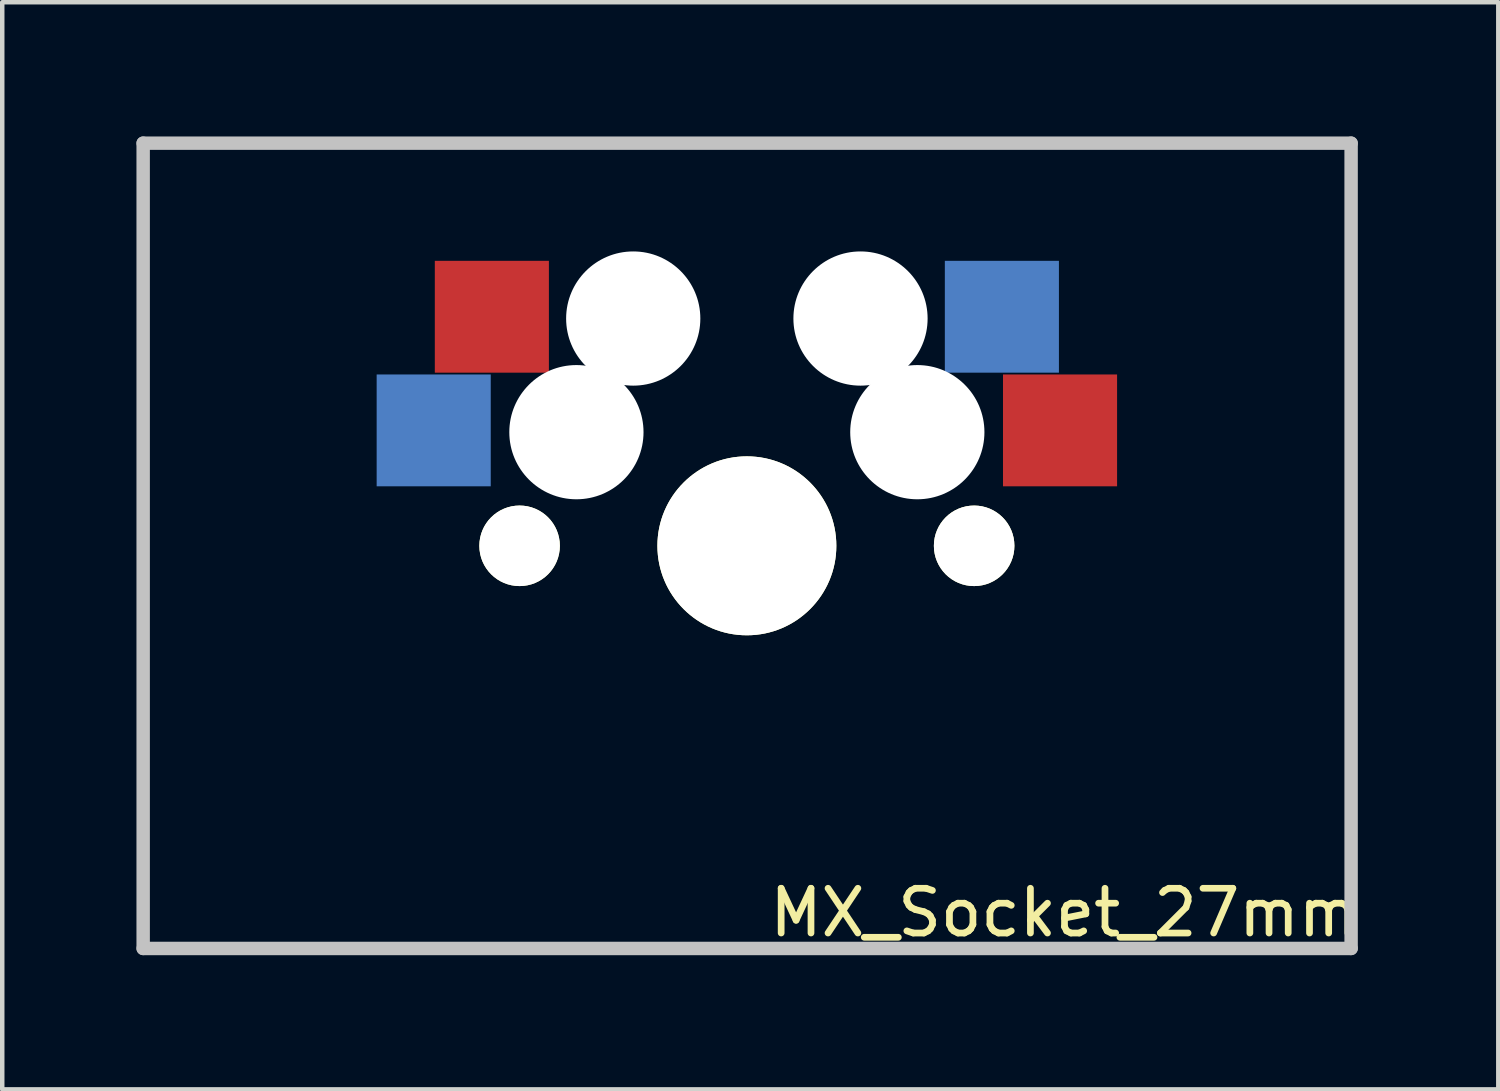
<source format=kicad_pcb>
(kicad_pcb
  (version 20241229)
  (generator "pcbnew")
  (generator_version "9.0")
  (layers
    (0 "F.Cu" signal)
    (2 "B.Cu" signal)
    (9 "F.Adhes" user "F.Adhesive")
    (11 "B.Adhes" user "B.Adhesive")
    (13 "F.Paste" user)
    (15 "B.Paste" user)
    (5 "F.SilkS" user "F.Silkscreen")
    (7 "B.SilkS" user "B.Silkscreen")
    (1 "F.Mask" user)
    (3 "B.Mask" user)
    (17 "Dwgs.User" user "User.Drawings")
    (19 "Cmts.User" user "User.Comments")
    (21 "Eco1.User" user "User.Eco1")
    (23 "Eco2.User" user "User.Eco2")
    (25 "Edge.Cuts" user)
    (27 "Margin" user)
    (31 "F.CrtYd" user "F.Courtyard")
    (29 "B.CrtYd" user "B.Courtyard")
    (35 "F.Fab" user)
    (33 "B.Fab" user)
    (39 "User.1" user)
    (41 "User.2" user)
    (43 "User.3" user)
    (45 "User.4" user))
  (footprint "MX_Socket_27mm"
    (layer "F.Cu")
    (at 13.644 9.15)
    (property "Reference" "MX_Socket_27mm" (at 7.1 8.2 0) (layer "F.SilkS") (effects (font (size 1 1) (thickness 0.15))))
    (attr through_hole)
    (fp_line (start -13.494 -9) (end 13.506 -9) (stroke (width 0.3) (type solid)) (layer "Dwgs.User"))
    (fp_line (start -13.494 9) (end -13.494 -9) (stroke (width 0.3) (type solid)) (layer "Dwgs.User"))
    (fp_line (start 13.506 -9) (end 13.506 9) (stroke (width 0.3) (type solid)) (layer "Dwgs.User"))
    (fp_line (start 13.506 9) (end -13.494 9) (stroke (width 0.3) (type solid)) (layer "Dwgs.User"))
    (fp_line (start -7 -7) (end 7 -7) (stroke (width 0.15) (type solid)) (layer "Eco2.User"))
    (fp_line (start -7 7) (end -7 -7) (stroke (width 0.15) (type solid)) (layer "Eco2.User"))
    (fp_line (start 7 -7) (end 7 7) (stroke (width 0.15) (type solid)) (layer "Eco2.User"))
    (fp_line (start 7 7.1) (end -7 7.1) (stroke (width 0.15) (type solid)) (layer "Eco2.User"))
    (pad "" np_thru_hole circle (at -5.08 0) (size 1.8 1.8) (drill 1.8) (layers "*.Cu" "*.Mask" "F.SilkS"))
    (pad "" np_thru_hole circle (at -3.81 -2.54 180) (size 3 3) (drill 3) (layers "*.Cu" "*.Mask"))
    (pad "" np_thru_hole circle (at -2.54 -5.08 180) (size 3 3) (drill 3) (layers "*.Cu" "*.Mask"))
    (pad "" np_thru_hole circle (at 0 0 90) (size 4 4) (drill 4) (layers "*.Cu" "*.Mask" "F.SilkS"))
    (pad "" np_thru_hole circle (at 2.54 -5.08 180) (size 3 3) (drill 3) (layers "*.Cu" "*.Mask"))
    (pad "" np_thru_hole circle (at 3.81 -2.54 180) (size 3 3) (drill 3) (layers "*.Cu" "*.Mask"))
    (pad "" np_thru_hole circle (at 5.08 0) (size 1.8 1.8) (drill 1.8) (layers "*.Cu" "*.Mask" "F.SilkS"))
    (pad "1" smd rect (at -7 -2.58 180) (size 2.55 2.5) (layers "B.Cu" "B.Mask" "B.Paste"))
    (pad "1" smd rect (at 7 -2.58 180) (size 2.55 2.5) (layers "F.Cu" "F.Mask" "F.Paste"))
    (pad "2" smd rect (at -5.7 -5.12 180) (size 2.55 2.5) (layers "F.Cu" "F.Mask" "F.Paste"))
    (pad "2" smd rect (at 5.7 -5.12 180) (size 2.55 2.5) (layers "B.Cu" "B.Mask" "B.Paste")))
  (gr_rect
    (start -3 -3)
    (end 30.44 21.3)
    (stroke (width 0.1) (type default))
    (fill no)
    (layer "Edge.Cuts")))
</source>
